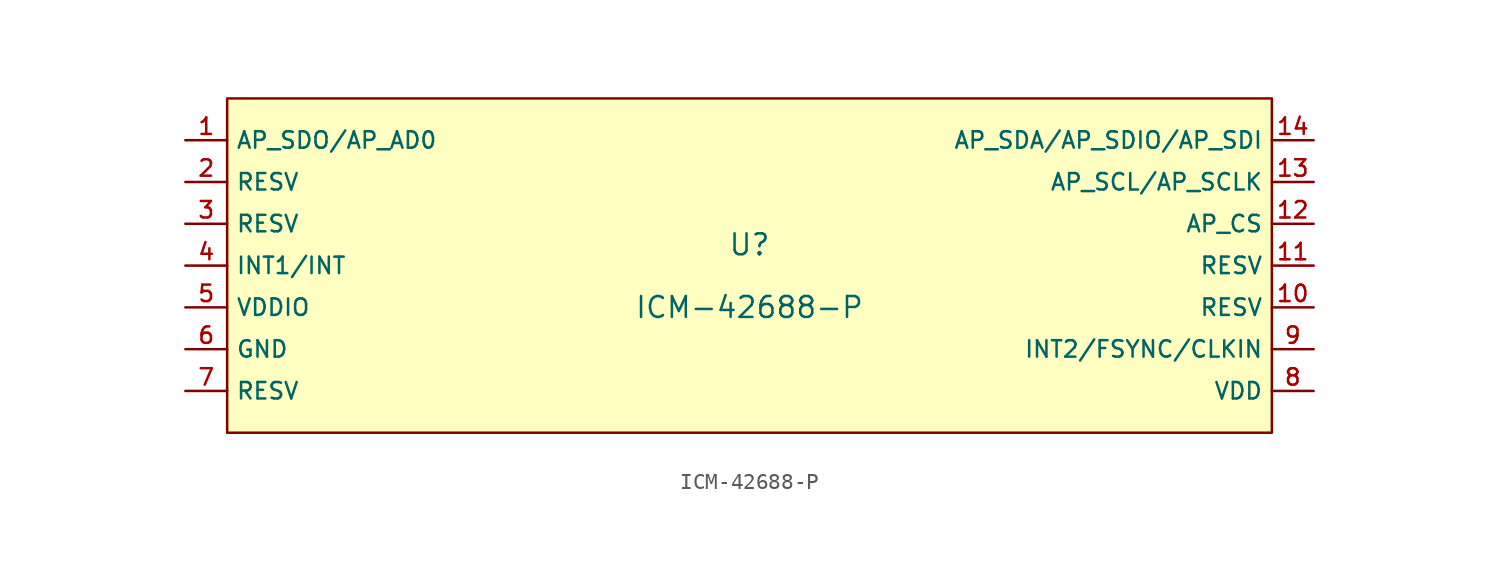
<source format=kicad_sym>
(kicad_symbol_lib
  (version 20231120)
  (generator "kicad_symbol_editor")
  (generator_version "8.0")
  (symbol "ICM-42688-P"
    (property "Reference" "U"
      (at 0 1.27 0)
      (effects (font (size 1.27 1.27))))
    (property "Value" "ICM-42688-P"
      (at 0 -2.54 0)
      (effects (font (size 1.27 1.27))))
    (symbol "ICM-42688-P_0_1"
      (rectangle (start -31.75 10.16) (end 31.75 -10.16) (stroke (width 0) (type default)) (fill (type background)))
      (pin unspecified line (at -34.29 7.62 0) (length 2.54) (name "AP_SDO/AP_AD0" (effects (font (size 1 1)))) (number "1" (effects (font (size 1 1)))))
      (pin unspecified line (at 34.29 -2.54 180) (length 2.54) (name "RESV" (effects (font (size 1 1)))) (number "10" (effects (font (size 1 1)))))
      (pin unspecified line (at 34.29 0 180) (length 2.54) (name "RESV" (effects (font (size 1 1)))) (number "11" (effects (font (size 1 1)))))
      (pin unspecified line (at 34.29 2.54 180) (length 2.54) (name "AP_CS" (effects (font (size 1 1)))) (number "12" (effects (font (size 1 1)))))
      (pin unspecified line (at 34.29 5.08 180) (length 2.54) (name "AP_SCL/AP_SCLK" (effects (font (size 1 1)))) (number "13" (effects (font (size 1 1)))))
      (pin unspecified line (at 34.29 7.62 180) (length 2.54) (name "AP_SDA/AP_SDIO/AP_SDI" (effects (font (size 1 1)))) (number "14" (effects (font (size 1 1)))))
      (pin unspecified line (at -34.29 5.08 0) (length 2.54) (name "RESV" (effects (font (size 1 1)))) (number "2" (effects (font (size 1 1)))))
      (pin unspecified line (at -34.29 2.54 0) (length 2.54) (name "RESV" (effects (font (size 1 1)))) (number "3" (effects (font (size 1 1)))))
      (pin unspecified line (at -34.29 0 0) (length 2.54) (name "INT1/INT" (effects (font (size 1 1)))) (number "4" (effects (font (size 1 1)))))
      (pin unspecified line (at -34.29 -2.54 0) (length 2.54) (name "VDDIO" (effects (font (size 1 1)))) (number "5" (effects (font (size 1 1)))))
      (pin unspecified line (at -34.29 -5.08 0) (length 2.54) (name "GND" (effects (font (size 1 1)))) (number "6" (effects (font (size 1 1)))))
      (pin unspecified line (at -34.29 -7.62 0) (length 2.54) (name "RESV" (effects (font (size 1 1)))) (number "7" (effects (font (size 1 1)))))
      (pin unspecified line (at 34.29 -7.62 180) (length 2.54) (name "VDD" (effects (font (size 1 1)))) (number "8" (effects (font (size 1 1)))))
      (pin unspecified line (at 34.29 -5.08 180) (length 2.54) (name "INT2/FSYNC/CLKIN" (effects (font (size 1 1)))) (number "9" (effects (font (size 1 1))))))))
</source>
